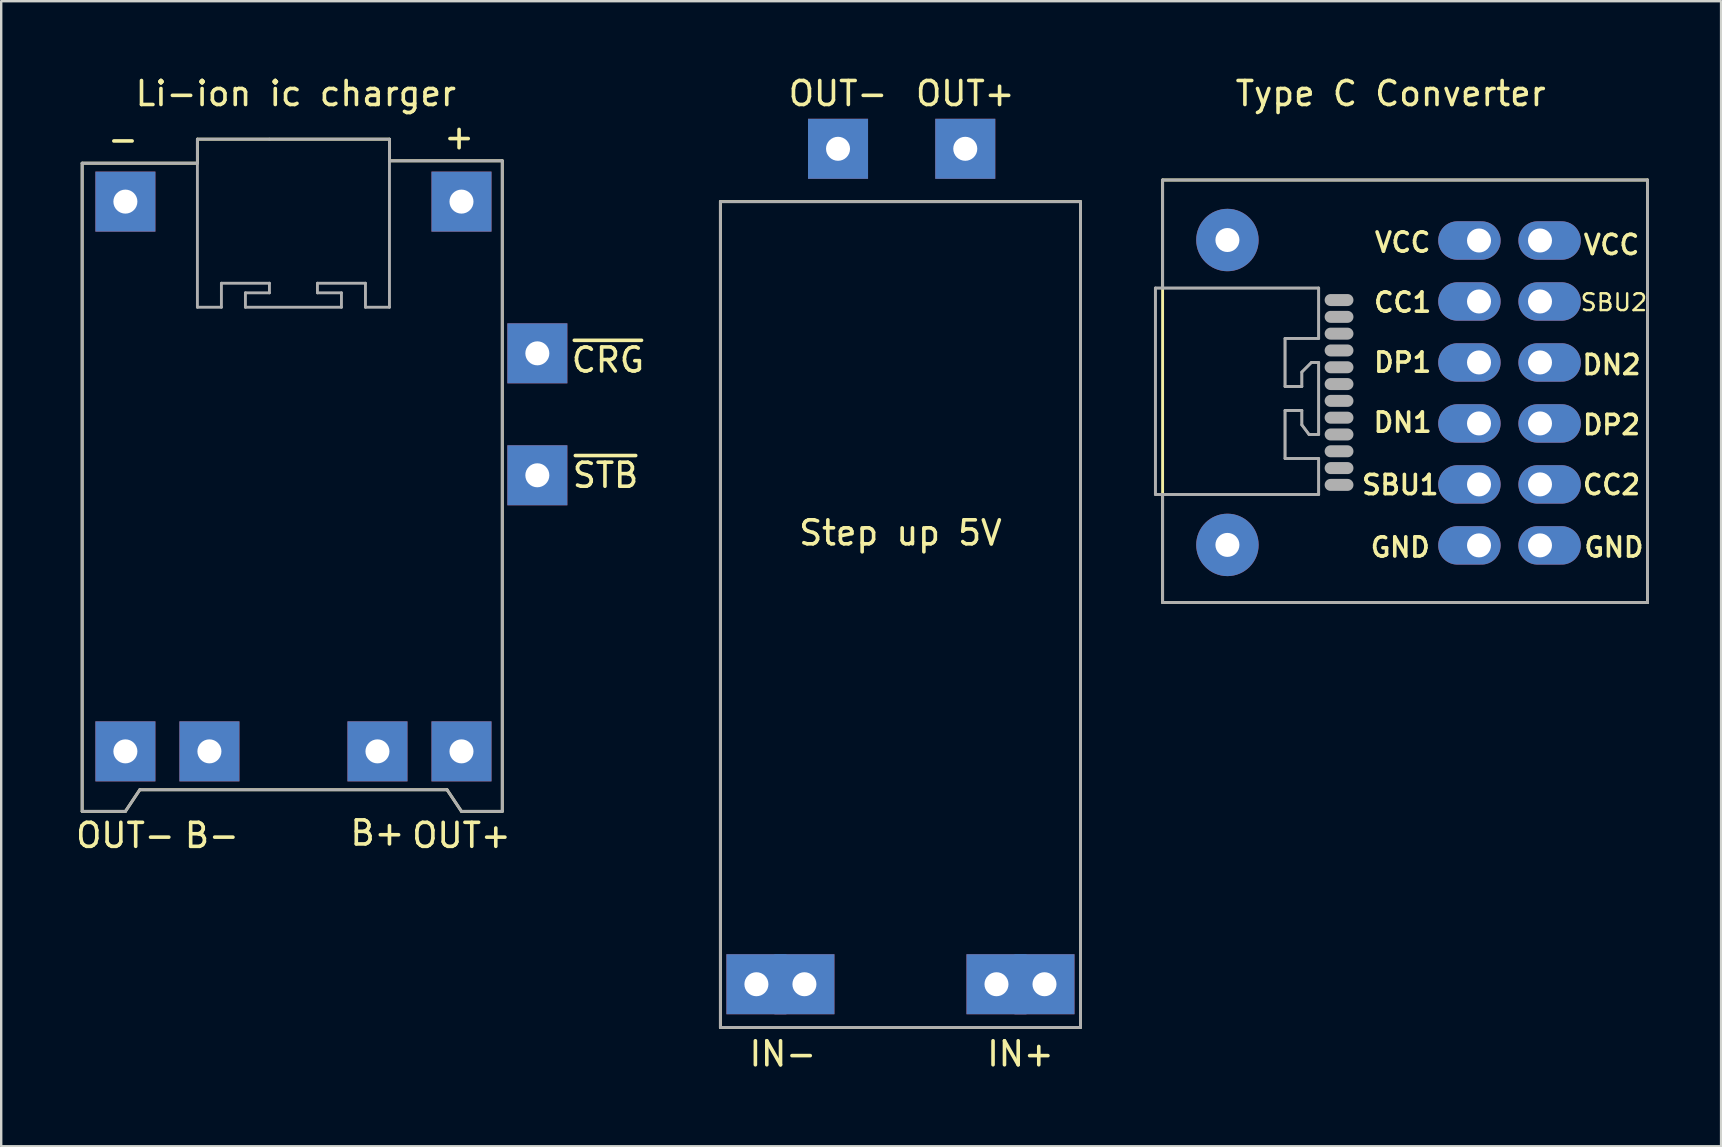
<source format=kicad_pcb>
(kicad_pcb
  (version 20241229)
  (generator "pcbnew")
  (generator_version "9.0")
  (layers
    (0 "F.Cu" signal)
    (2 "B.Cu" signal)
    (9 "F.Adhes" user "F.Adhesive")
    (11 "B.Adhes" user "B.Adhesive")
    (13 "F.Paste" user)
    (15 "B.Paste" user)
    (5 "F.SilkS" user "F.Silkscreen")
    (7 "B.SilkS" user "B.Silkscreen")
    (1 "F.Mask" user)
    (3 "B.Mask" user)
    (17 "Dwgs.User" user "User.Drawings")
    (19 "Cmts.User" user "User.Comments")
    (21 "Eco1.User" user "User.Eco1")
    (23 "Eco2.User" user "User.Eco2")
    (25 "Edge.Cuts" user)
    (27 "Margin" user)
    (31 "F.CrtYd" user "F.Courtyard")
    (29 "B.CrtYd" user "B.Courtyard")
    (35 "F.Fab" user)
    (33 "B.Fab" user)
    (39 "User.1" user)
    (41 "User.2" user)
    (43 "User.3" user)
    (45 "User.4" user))
  (footprint "Step up 5V"
    (layer "F.Cu")
    (at 34.458 21.348)
    (property "Reference" "Step up 5V" (at 0 -2.2 0) (layer "F.SilkS") (effects (font (size 1 1) (thickness 0.15))))
    (attr through_hole)
    (fp_line (start -7.5 -16) (end -7.5 18.4) (stroke (width 0.12) (type solid)) (layer "F.SilkS"))
    (fp_line (start -7.5 18.4) (end 7.5 18.4) (stroke (width 0.12) (type solid)) (layer "F.SilkS"))
    (fp_line (start 7.5 -16) (end -7.5 -16) (stroke (width 0.12) (type solid)) (layer "F.SilkS"))
    (fp_line (start 7.5 18.4) (end 7.5 -16) (stroke (width 0.12) (type solid)) (layer "F.SilkS"))
    (fp_line (start -7.5 -16) (end -7.5 18.4) (stroke (width 0.12) (type solid)) (layer "F.Fab"))
    (fp_line (start -7.5 18.4) (end 7.5 18.4) (stroke (width 0.12) (type solid)) (layer "F.Fab"))
    (fp_line (start 7.5 -16) (end -7.5 -16) (stroke (width 0.12) (type solid)) (layer "F.Fab"))
    (fp_line (start 7.5 18.4) (end 7.5 -16) (stroke (width 0.12) (type solid)) (layer "F.Fab"))
    (fp_text user "IN-" (at -4.9 19.5 0) (layer "F.SilkS") (effects (font (size 1 1) (thickness 0.15))))
    (fp_text user "IN+" (at 5 19.5 0) (layer "F.SilkS") (effects (font (size 1 1) (thickness 0.15))))
    (fp_text user "OUT-" (at -2.6 -20.5 0) (layer "F.SilkS") (effects (font (size 1 1) (thickness 0.15))))
    (fp_text user "OUT+" (at 2.7 -20.5 0) (layer "F.SilkS") (effects (font (size 1 1) (thickness 0.15))))
    (pad "1" thru_hole rect (at 4 16.6) (size 2.5 2.5) (drill 1) (layers "*.Cu" "*.Mask"))
    (pad "1" thru_hole rect (at 6 16.6) (size 2.5 2.5) (drill 1) (layers "*.Cu" "*.Mask"))
    (pad "2" thru_hole rect (at -6 16.6) (size 2.5 2.5) (drill 1) (layers "*.Cu" "*.Mask"))
    (pad "2" thru_hole rect (at -4 16.6) (size 2.5 2.5) (drill 1) (layers "*.Cu" "*.Mask"))
    (pad "3" thru_hole rect (at 2.7 -18.2) (size 2.5 2.5) (drill 1) (layers "*.Cu" "*.Mask"))
    (pad "4" thru_hole rect (at -2.6 -18.2) (size 2.5 2.5) (drill 1) (layers "*.Cu" "*.Mask")))
  (footprint "Li-ion ic charger"
    (layer "F.Cu")
    (at 9.173 16.748)
    (property "Reference" "Li-ion ic charger" (at 0.1 -15.9 0) (layer "F.SilkS") (effects (font (size 1 1) (thickness 0.15))))
    (attr through_hole)
    (fp_line (start -8.8 -13) (end -8.8 14) (stroke (width 0.12) (type solid)) (layer "F.SilkS"))
    (fp_line (start -8.8 14) (end -7 14) (stroke (width 0.12) (type solid)) (layer "F.SilkS"))
    (fp_line (start -7 14) (end -6.4 13.1) (stroke (width 0.12) (type solid)) (layer "F.SilkS"))
    (fp_line (start -6.4 13.1) (end 6.4 13.1) (stroke (width 0.12) (type solid)) (layer "F.SilkS"))
    (fp_line (start -4 -14) (end -4 -13) (stroke (width 0.12) (type solid)) (layer "F.SilkS"))
    (fp_line (start -4 -13) (end -8.8 -13) (stroke (width 0.12) (type solid)) (layer "F.SilkS"))
    (fp_line (start 4 -14) (end -4 -14) (stroke (width 0.12) (type solid)) (layer "F.SilkS"))
    (fp_line (start 4 -13.1) (end 4 -14) (stroke (width 0.12) (type solid)) (layer "F.SilkS"))
    (fp_line (start 6.4 13.1) (end 7 14) (stroke (width 0.12) (type solid)) (layer "F.SilkS"))
    (fp_line (start 7 14) (end 8.7 14) (stroke (width 0.12) (type solid)) (layer "F.SilkS"))
    (fp_line (start 8.7 -13.1) (end 4 -13.1) (stroke (width 0.12) (type solid)) (layer "F.SilkS"))
    (fp_line (start 8.7 14) (end 8.7 -13.1) (stroke (width 0.12) (type solid)) (layer "F.SilkS"))
    (fp_line (start -8.8 -13) (end -8.8 14) (stroke (width 0.12) (type solid)) (layer "F.Fab"))
    (fp_line (start -8.8 -13) (end -4 -13) (stroke (width 0.12) (type solid)) (layer "F.Fab"))
    (fp_line (start -8.8 14) (end -7 14) (stroke (width 0.12) (type solid)) (layer "F.Fab"))
    (fp_line (start -7 14) (end -6.4 13.1) (stroke (width 0.12) (type solid)) (layer "F.Fab"))
    (fp_line (start -4 -14) (end -1 -14) (stroke (width 0.12) (type solid)) (layer "F.Fab"))
    (fp_line (start -4 -7) (end -4 -14) (stroke (width 0.12) (type solid)) (layer "F.Fab"))
    (fp_line (start -4 -7) (end -3 -7) (stroke (width 0.12) (type solid)) (layer "F.Fab"))
    (fp_line (start -3 -8) (end -3 -7) (stroke (width 0.12) (type solid)) (layer "F.Fab"))
    (fp_line (start -2 -7.6) (end -1 -7.6) (stroke (width 0.12) (type solid)) (layer "F.Fab"))
    (fp_line (start -2 -7) (end -2 -7.6) (stroke (width 0.12) (type solid)) (layer "F.Fab"))
    (fp_line (start -1 -14) (end 4 -14) (stroke (width 0.12) (type solid)) (layer "F.Fab"))
    (fp_line (start -1 -8) (end -3 -8) (stroke (width 0.12) (type solid)) (layer "F.Fab"))
    (fp_line (start -1 -7.6) (end -1 -8) (stroke (width 0.12) (type solid)) (layer "F.Fab"))
    (fp_line (start 1 -8) (end 1 -7.6) (stroke (width 0.12) (type solid)) (layer "F.Fab"))
    (fp_line (start 1 -7.6) (end 2 -7.6) (stroke (width 0.12) (type solid)) (layer "F.Fab"))
    (fp_line (start 2 -7.6) (end 2 -7) (stroke (width 0.12) (type solid)) (layer "F.Fab"))
    (fp_line (start 2 -7) (end -2 -7) (stroke (width 0.12) (type solid)) (layer "F.Fab"))
    (fp_line (start 3 -8) (end 1 -8) (stroke (width 0.12) (type solid)) (layer "F.Fab"))
    (fp_line (start 3 -7) (end 3 -8) (stroke (width 0.12) (type solid)) (layer "F.Fab"))
    (fp_line (start 3 -7) (end 4 -7) (stroke (width 0.12) (type solid)) (layer "F.Fab"))
    (fp_line (start 4 -14) (end 4 -7) (stroke (width 0.12) (type solid)) (layer "F.Fab"))
    (fp_line (start 6.4 13.1) (end -6.4 13.1) (stroke (width 0.12) (type solid)) (layer "F.Fab"))
    (fp_line (start 7 14) (end 6.4 13.1) (stroke (width 0.12) (type solid)) (layer "F.Fab"))
    (fp_line (start 8.7 -13.1) (end 4 -13.1) (stroke (width 0.12) (type solid)) (layer "F.Fab"))
    (fp_line (start 8.7 14) (end 7 14) (stroke (width 0.12) (type solid)) (layer "F.Fab"))
    (fp_line (start 8.7 14) (end 8.7 -13.1) (stroke (width 0.12) (type solid)) (layer "F.Fab"))
    (fp_text user "B+" (at 3.5 14.9 0) (layer "F.SilkS") (effects (font (size 1 1) (thickness 0.15))))
    (fp_text user "OUT+" (at 7 15 0) (layer "F.SilkS") (effects (font (size 1 1) (thickness 0.15))))
    (fp_text user "~{STB}" (at 13 0 0) (layer "F.SilkS") (effects (font (size 1 1) (thickness 0.15))))
    (fp_text user "OUT-" (at -7 15 0) (layer "F.SilkS") (effects (font (size 1 1) (thickness 0.15))))
    (fp_text user "-" (at -7.1 -14 0) (layer "F.SilkS") (effects (font (size 1 1) (thickness 0.15))))
    (fp_text user "~{CRG}" (at 13.1 -4.8 0) (layer "F.SilkS") (effects (font (size 1 1) (thickness 0.15))))
    (fp_text user "B-" (at -3.4 15 0) (layer "F.SilkS") (effects (font (size 1 1) (thickness 0.15))))
    (fp_text user "+" (at 6.9 -14.1 0) (layer "F.SilkS") (effects (font (size 1 1) (thickness 0.15))))
    (pad "1" thru_hole rect (at 7 11.5) (size 2.5 2.5) (drill 1) (layers "*.Cu" "*.Mask"))
    (pad "2" thru_hole rect (at 3.5 11.5) (size 2.5 2.5) (drill 1) (layers "*.Cu" "*.Mask"))
    (pad "3" thru_hole rect (at -3.5 11.5) (size 2.5 2.5) (drill 1) (layers "*.Cu" "*.Mask"))
    (pad "4" thru_hole rect (at -7 11.5) (size 2.5 2.5) (drill 1) (layers "*.Cu" "*.Mask"))
    (pad "5" thru_hole rect (at -7 -11.4) (size 2.5 2.5) (drill 1) (layers "*.Cu" "*.Mask"))
    (pad "6" thru_hole rect (at 7 -11.4) (size 2.5 2.5) (drill 1) (layers "*.Cu" "*.Mask"))
    (pad "7" thru_hole rect (at 10.16 0) (size 2.5 2.5) (drill 1) (layers "*.Cu" "*.Mask"))
    (pad "8" thru_hole rect (at 10.16 -5.08) (size 2.5 2.5) (drill 1) (layers "*.Cu" "*.Mask")))
  (footprint "Type C Converter"
    (layer "F.Cu")
    (at 53.478 12.048)
    (property "Reference" "Type C Converter" (at 1.4 -11.2 0) (layer "F.SilkS") (effects (font (size 1 1) (thickness 0.15))))
    (attr through_hole)
    (fp_line (start -8.1 -7.6) (end -8.1 10) (stroke (width 0.12) (type solid)) (layer "F.SilkS"))
    (fp_line (start -8.1 -7.6) (end 12.1 -7.6) (stroke (width 0.12) (type solid)) (layer "F.SilkS"))
    (fp_line (start 12.1 10) (end -8.1 10) (stroke (width 0.12) (type solid)) (layer "F.SilkS"))
    (fp_line (start 12.1 10) (end 12.1 -7.6) (stroke (width 0.12) (type solid)) (layer "F.SilkS"))
    (fp_line (start -8.4 5.5) (end -8.4 -3.1) (stroke (width 0.12) (type solid)) (layer "F.Fab"))
    (fp_line (start -8.1 -7.6) (end -8.1 -3.1) (stroke (width 0.12) (type solid)) (layer "F.Fab"))
    (fp_line (start -8.1 10) (end -8.1 5.5) (stroke (width 0.12) (type solid)) (layer "F.Fab"))
    (fp_line (start -8.1 10) (end 12.1 10) (stroke (width 0.12) (type solid)) (layer "F.Fab"))
    (fp_line (start -3 -1) (end -3 1) (stroke (width 0.12) (type solid)) (layer "F.Fab"))
    (fp_line (start -3 1) (end -2.3 1) (stroke (width 0.12) (type solid)) (layer "F.Fab"))
    (fp_line (start -3 2) (end -2.3 2) (stroke (width 0.12) (type solid)) (layer "F.Fab"))
    (fp_line (start -3 4) (end -3 2) (stroke (width 0.12) (type solid)) (layer "F.Fab"))
    (fp_line (start -2.3 0.4) (end -1.9 0) (stroke (width 0.12) (type solid)) (layer "F.Fab"))
    (fp_line (start -2.3 1) (end -2.3 0.4) (stroke (width 0.12) (type solid)) (layer "F.Fab"))
    (fp_line (start -2.3 2) (end -2.3 2.6) (stroke (width 0.12) (type solid)) (layer "F.Fab"))
    (fp_line (start -2.3 2.6) (end -2 3) (stroke (width 0.12) (type solid)) (layer "F.Fab"))
    (fp_line (start -2 3) (end -1.6 3) (stroke (width 0.12) (type solid)) (layer "F.Fab"))
    (fp_line (start -1.9 0) (end -1.6 0) (stroke (width 0.12) (type solid)) (layer "F.Fab"))
    (fp_line (start -1.6 -3.1) (end -8.4 -3.1) (stroke (width 0.12) (type solid)) (layer "F.Fab"))
    (fp_line (start -1.6 -1) (end -3 -1) (stroke (width 0.12) (type solid)) (layer "F.Fab"))
    (fp_line (start -1.6 -1) (end -1.6 -3.1) (stroke (width 0.12) (type solid)) (layer "F.Fab"))
    (fp_line (start -1.6 3) (end -1.6 0) (stroke (width 0.12) (type solid)) (layer "F.Fab"))
    (fp_line (start -1.6 4) (end -3 4) (stroke (width 0.12) (type solid)) (layer "F.Fab"))
    (fp_line (start -1.6 4) (end -1.6 5.5) (stroke (width 0.12) (type solid)) (layer "F.Fab"))
    (fp_line (start -1.6 5.5) (end -8.4 5.5) (stroke (width 0.12) (type solid)) (layer "F.Fab"))
    (fp_line (start -1.1 -2.6) (end -0.4 -2.6) (stroke (width 0.5) (type solid)) (layer "F.Fab"))
    (fp_line (start -1.1 -1.9) (end -0.4 -1.9) (stroke (width 0.5) (type solid)) (layer "F.Fab"))
    (fp_line (start -1.1 -1.2) (end -0.4 -1.2) (stroke (width 0.5) (type solid)) (layer "F.Fab"))
    (fp_line (start -1.1 -0.5) (end -0.4 -0.5) (stroke (width 0.5) (type solid)) (layer "F.Fab"))
    (fp_line (start -1.1 0.2) (end -0.4 0.2) (stroke (width 0.5) (type solid)) (layer "F.Fab"))
    (fp_line (start -1.1 0.9) (end -0.4 0.9) (stroke (width 0.5) (type solid)) (layer "F.Fab"))
    (fp_line (start -1.1 1.6) (end -0.4 1.6) (stroke (width 0.5) (type solid)) (layer "F.Fab"))
    (fp_line (start -1.1 2.3) (end -0.4 2.3) (stroke (width 0.5) (type solid)) (layer "F.Fab"))
    (fp_line (start -1.1 3) (end -0.4 3) (stroke (width 0.5) (type solid)) (layer "F.Fab"))
    (fp_line (start -1.1 3.7) (end -0.4 3.7) (stroke (width 0.5) (type solid)) (layer "F.Fab"))
    (fp_line (start -1.1 4.4) (end -0.4 4.4) (stroke (width 0.5) (type solid)) (layer "F.Fab"))
    (fp_line (start -1.1 5.1) (end -0.4 5.1) (stroke (width 0.5) (type solid)) (layer "F.Fab"))
    (fp_line (start 12.1 -7.6) (end -8.1 -7.6) (stroke (width 0.12) (type solid)) (layer "F.Fab"))
    (fp_line (start 12.1 10) (end 12.1 -7.6) (stroke (width 0.12) (type solid)) (layer "F.Fab"))
    (fp_poly (pts (xy -1.6 -1) (xy -3 -1) (xy -3 1) (xy -2.3 1) (xy -2.3 0.4) (xy -1.9 0) (xy -1.6 0) (xy -1.6 3) (xy -2 3) (xy -2.3 2.6) (xy -2.3 2) (xy -3 2) (xy -3 4) (xy -1.6 4) (xy -1.6 5.5) (xy -8.4 5.5) (xy -8.4 -3.1) (xy -1.6 -3.1)) (stroke (width 0.1) (type solid)) (fill no) (layer "F.Fab"))
    (fp_text user "CC2" (at 10.6 5.1 0) (layer "F.SilkS") (effects (font (size 0.8 0.8) (thickness 0.15))))
    (fp_text user "GND" (at 1.8 7.7 0) (layer "F.SilkS") (effects (font (size 0.8 0.8) (thickness 0.15))))
    (fp_text user "DP2" (at 10.6 2.6 0) (layer "F.SilkS") (effects (font (size 0.8 0.8) (thickness 0.15))))
    (fp_text user "DN2" (at 10.6 0.1 0) (layer "F.SilkS") (effects (font (size 0.8 0.8) (thickness 0.15))))
    (fp_text user "DN1" (at 1.9 2.5 0) (layer "F.SilkS") (effects (font (size 0.8 0.8) (thickness 0.15))))
    (fp_text user "SBU2" (at 10.7 -2.5 0) (layer "F.SilkS") (effects (font (size 0.7 0.7) (thickness 0.1))))
    (fp_text user "VCC" (at 10.6 -4.9 0) (layer "F.SilkS") (effects (font (size 0.8 0.8) (thickness 0.15))))
    (fp_text user "CC1" (at 1.9 -2.5 0) (layer "F.SilkS") (effects (font (size 0.8 0.8) (thickness 0.15))))
    (fp_text user "DP1" (at 1.9 0 0) (layer "F.SilkS") (effects (font (size 0.8 0.8) (thickness 0.15))))
    (fp_text user "SBU1" (at 1.8 5.1 0) (layer "F.SilkS") (effects (font (size 0.8 0.8) (thickness 0.15))))
    (fp_text user "GND" (at 10.7 7.7 0) (layer "F.SilkS") (effects (font (size 0.8 0.8) (thickness 0.15))))
    (fp_text user "VCC" (at 1.9 -5 0) (layer "F.SilkS") (effects (font (size 0.8 0.8) (thickness 0.15))))
    (pad "" np_thru_hole circle (at -5.4 -5.1) (size 2.6 2.6) (drill 1) (layers "*.Cu" "*.Mask"))
    (pad "" np_thru_hole circle (at -5.4 7.6) (size 2.6 2.6) (drill 1) (layers "*.Cu" "*.Mask"))
    (pad "1" thru_hole oval (at 5.08 -5.08 180) (size 2.6 1.6) (drill 1 (offset 0.4 0)) (layers "*.Cu" "*.Mask"))
    (pad "2" thru_hole oval (at 5.08 -2.54 180) (size 2.6 1.6) (drill 1 (offset 0.4 0)) (layers "*.Cu" "*.Mask"))
    (pad "3" thru_hole oval (at 5.08 0 180) (size 2.6 1.6) (drill 1 (offset 0.4 0)) (layers "*.Cu" "*.Mask"))
    (pad "4" thru_hole oval (at 5.08 2.54 180) (size 2.6 1.6) (drill 1 (offset 0.4 0)) (layers "*.Cu" "*.Mask"))
    (pad "5" thru_hole oval (at 5.08 5.08 180) (size 2.6 1.6) (drill 1 (offset 0.4 0)) (layers "*.Cu" "*.Mask"))
    (pad "6" thru_hole oval (at 5.08 7.62 180) (size 2.6 1.6) (drill 1 (offset 0.4 0)) (layers "*.Cu" "*.Mask"))
    (pad "7" thru_hole oval (at 7.62 7.62) (size 2.6 1.6) (drill 1 (offset 0.4 0)) (layers "*.Cu" "*.Mask"))
    (pad "8" thru_hole oval (at 7.62 5.08) (size 2.6 1.6) (drill 1 (offset 0.4 0)) (layers "*.Cu" "*.Mask"))
    (pad "9" thru_hole oval (at 7.62 2.54) (size 2.6 1.6) (drill 1 (offset 0.4 0)) (layers "*.Cu" "*.Mask"))
    (pad "10" thru_hole oval (at 7.62 0) (size 2.6 1.6) (drill 1 (offset 0.4 0)) (layers "*.Cu" "*.Mask"))
    (pad "11" thru_hole oval (at 7.62 -2.54) (size 2.6 1.6) (drill 1 (offset 0.4 0)) (layers "*.Cu" "*.Mask"))
    (pad "12" thru_hole oval (at 7.62 -5.08) (size 2.6 1.6) (drill 1 (offset 0.4 0)) (layers "*.Cu" "*.Mask")))
  (gr_rect
    (start -3 -3)
    (end 68.641 44.697)
    (stroke (width 0.1) (type default))
    (fill no)
    (layer "Edge.Cuts")))
</source>
